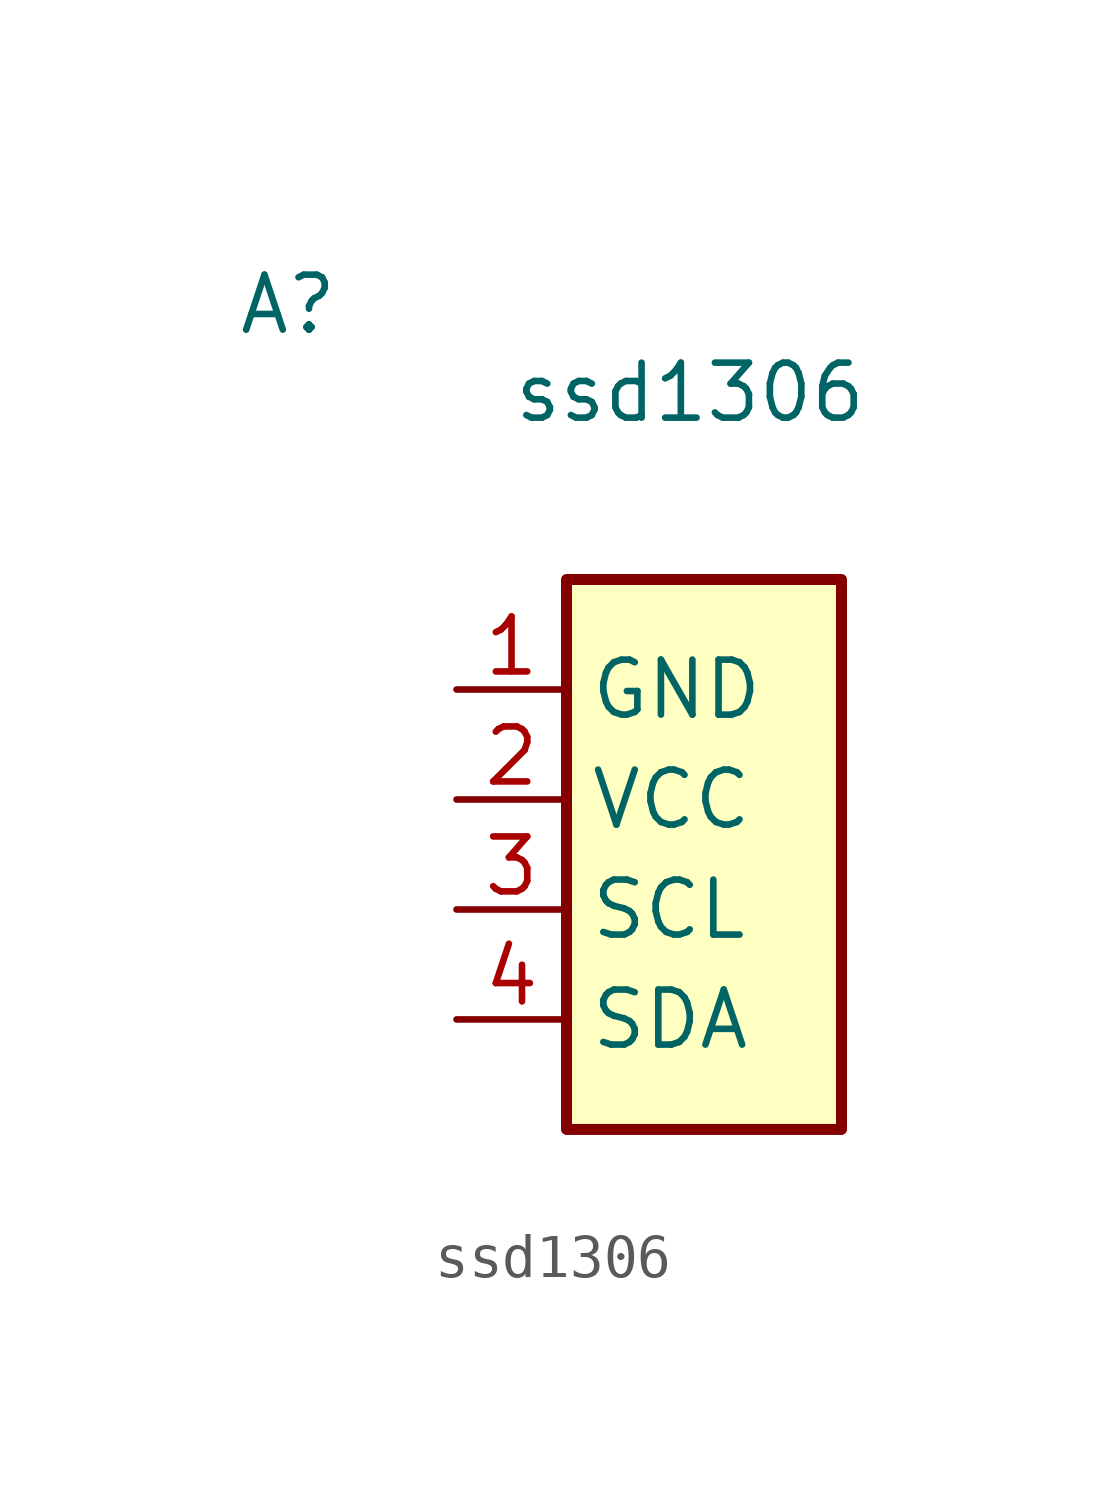
<source format=kicad_sym>
(kicad_symbol_lib
  (version 20231120)
  (generator "kicad_symbol_editor")
  (generator_version "8.0")
  (symbol "ssd1306"
    (property "Reference" "A"
      (at -10.16 29.21 0)
      (effects (font (size 1.27 1.27)) (justify left)))
    (property "Value" "ssd1306"
      (at -3.81 27.178 0)
      (effects (font (size 1.27 1.27)) (justify left)))
    (symbol "ssd1306_0_1"
      (rectangle (start -2.54 22.86) (end 3.81 10.16) (stroke (width 0.254) (type default)) (fill (type background))))
    (symbol "ssd1306_1_1"
      (pin bidirectional line (at -5.08 20.32 0) (length 2.54) (name "GND" (effects (font (size 1.27 1.27)))) (number "1" (effects (font (size 1.27 1.27)))))
      (pin bidirectional line (at -5.08 17.78 0) (length 2.54) (name "VCC" (effects (font (size 1.27 1.27)))) (number "2" (effects (font (size 1.27 1.27)))))
      (pin bidirectional line (at -5.08 15.24 0) (length 2.54) (name "SCL" (effects (font (size 1.27 1.27)))) (number "3" (effects (font (size 1.27 1.27)))))
      (pin bidirectional line (at -5.08 12.7 0) (length 2.54) (name "SDA" (effects (font (size 1.27 1.27)))) (number "4" (effects (font (size 1.27 1.27))))))))
</source>
